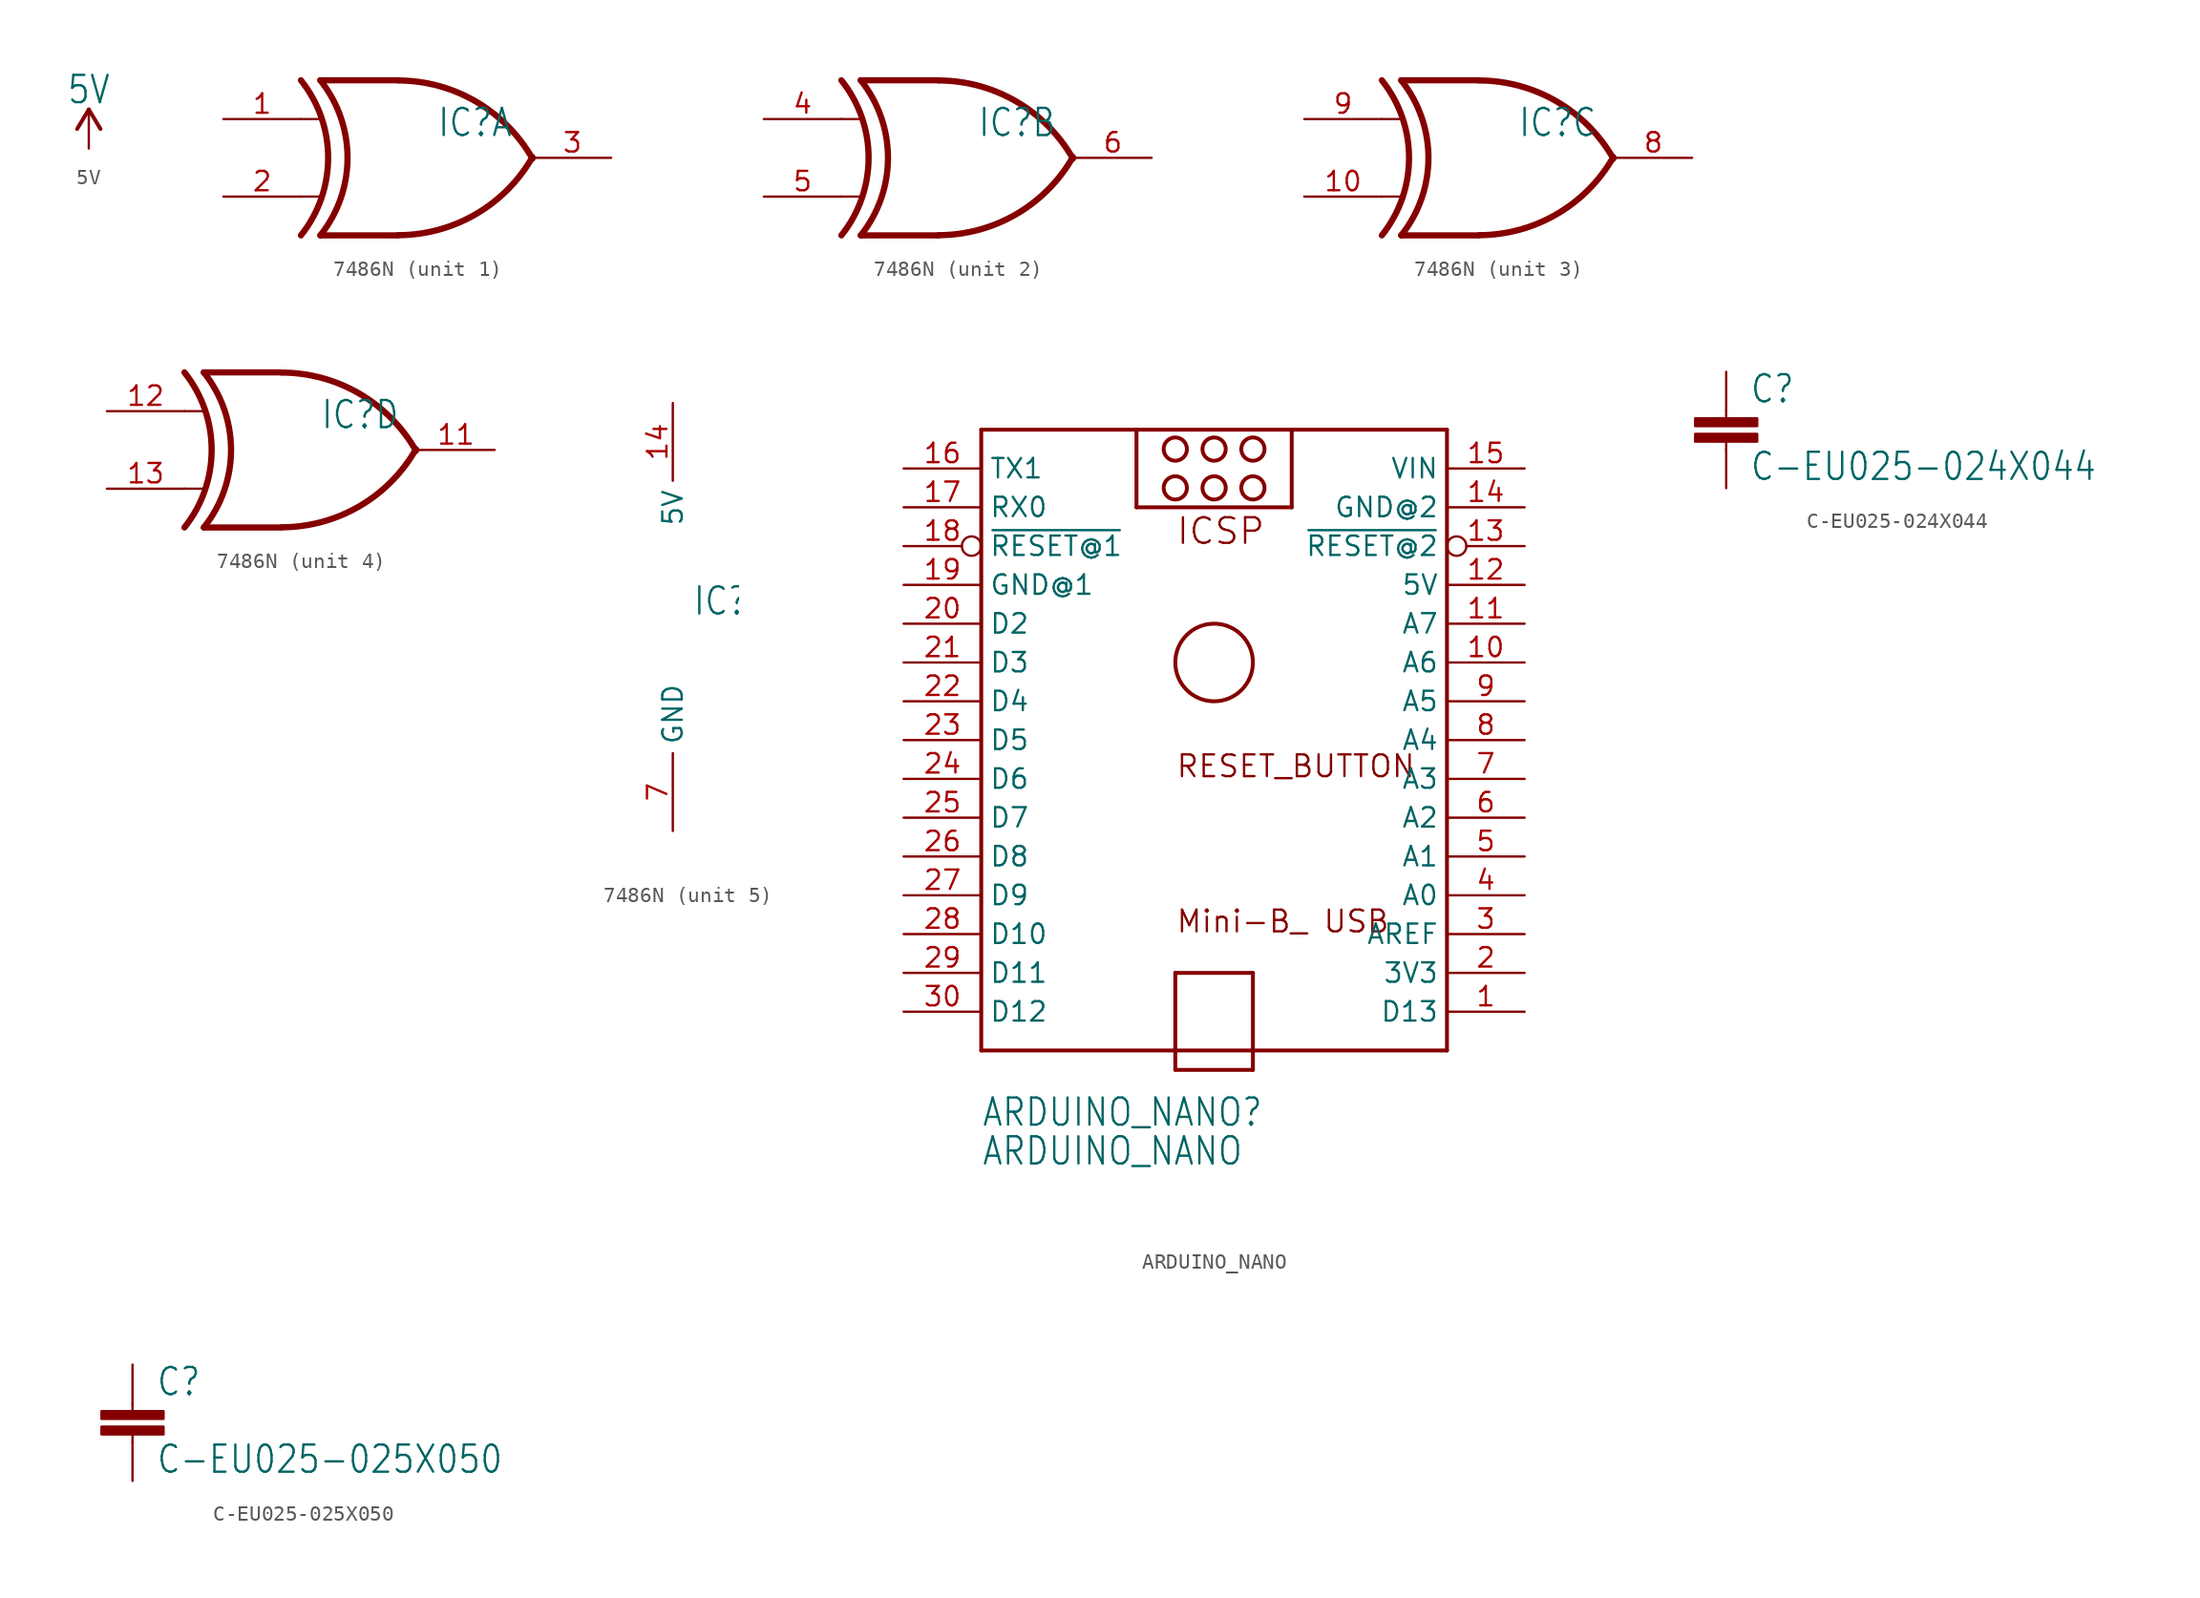
<source format=kicad_sym>
(kicad_symbol_lib
  (version 20211014)
  (generator kicad_symbol_editor)
  (symbol "5V"
    (power)
    (property "Reference" "#SUPPLY"
      (at 0 0 0)
      (effects (font (size 1.27 1.27)) hide))
    (property "Value" "5V"
      (at 0 2.794 0)
      (effects (font (size 1.778 1.511)) (justify bottom)))
    (property "ki_locked" ""
      (at 0 0 0)
      (effects (font (size 1.27 1.27))))
    (symbol "5V_1_0"
      (polyline (pts (xy 0 2.54) (xy -0.762 1.27)) (stroke (width 0.254) (type default) (color 0 0 0 0)) (fill (type none)))
      (polyline (pts (xy 0.762 1.27) (xy 0 2.54)) (stroke (width 0.254) (type default) (color 0 0 0 0)) (fill (type none)))
      (pin power_in line (at 0 0 90) (length 2.54) (name "5V" (effects (font (size 0 0)))) (number "1" (effects (font (size 0 0)))))))
  (symbol "7486N"
    (property "Reference" "IC"
      (at 1.27 1.27 0)
      (effects (font (size 1.778 1.511)) (justify left bottom)))
    (property "ki_locked" ""
      (at 0 0 0)
      (effects (font (size 1.27 1.27))))
    (symbol "7486N_1_0"
      (arc (start -7.62 -5.08) (mid -5.838 0) (end -7.62 5.08) (stroke (width 0.4064) (type default) (color 0 0 0 0)) (fill (type none)))
      (arc (start -6.35 -5.08) (mid -4.568 0) (end -6.35 5.08) (stroke (width 0.4064) (type default) (color 0 0 0 0)) (fill (type none)))
      (arc (start -1.2446 -5.0678) (mid 3.8372 -3.689) (end 7.5439 0.0507) (stroke (width 0.4064) (type default) (color 0 0 0 0)) (fill (type none)))
      (polyline (pts (xy -7.62 -2.54) (xy -6.35 -2.54)) (stroke (width 0.152) (type default) (color 0 0 0 0)) (fill (type none)))
      (polyline (pts (xy -7.62 2.54) (xy -6.35 2.54)) (stroke (width 0.152) (type default) (color 0 0 0 0)) (fill (type none)))
      (polyline (pts (xy -1.27 -5.08) (xy -6.35 -5.08)) (stroke (width 0.406) (type default) (color 0 0 0 0)) (fill (type none)))
      (polyline (pts (xy -1.27 5.08) (xy -6.35 5.08)) (stroke (width 0.406) (type default) (color 0 0 0 0)) (fill (type none)))
      (arc (start 7.5442 -0.0505) (mid 3.8373 3.6892) (end -1.2446 5.0678) (stroke (width 0.4064) (type default) (color 0 0 0 0)) (fill (type none)))
      (pin input line (at -12.7 2.54 0) (length 5.08) (name "I0" (effects (font (size 0 0)))) (number "1" (effects (font (size 1.27 1.27)))))
      (pin input line (at -12.7 -2.54 0) (length 5.08) (name "I1" (effects (font (size 0 0)))) (number "2" (effects (font (size 1.27 1.27)))))
      (pin output line (at 12.7 0 180) (length 5.08) (name "O" (effects (font (size 0 0)))) (number "3" (effects (font (size 1.27 1.27))))))
    (symbol "7486N_2_0"
      (arc (start -7.62 -5.08) (mid -5.838 0) (end -7.62 5.08) (stroke (width 0.4064) (type default) (color 0 0 0 0)) (fill (type none)))
      (arc (start -6.35 -5.08) (mid -4.568 0) (end -6.35 5.08) (stroke (width 0.4064) (type default) (color 0 0 0 0)) (fill (type none)))
      (arc (start -1.2446 -5.0678) (mid 3.8372 -3.689) (end 7.5439 0.0507) (stroke (width 0.4064) (type default) (color 0 0 0 0)) (fill (type none)))
      (polyline (pts (xy -7.62 -2.54) (xy -6.35 -2.54)) (stroke (width 0.152) (type default) (color 0 0 0 0)) (fill (type none)))
      (polyline (pts (xy -7.62 2.54) (xy -6.35 2.54)) (stroke (width 0.152) (type default) (color 0 0 0 0)) (fill (type none)))
      (polyline (pts (xy -1.27 -5.08) (xy -6.35 -5.08)) (stroke (width 0.406) (type default) (color 0 0 0 0)) (fill (type none)))
      (polyline (pts (xy -1.27 5.08) (xy -6.35 5.08)) (stroke (width 0.406) (type default) (color 0 0 0 0)) (fill (type none)))
      (arc (start 7.5442 -0.0505) (mid 3.8373 3.6892) (end -1.2446 5.0678) (stroke (width 0.4064) (type default) (color 0 0 0 0)) (fill (type none)))
      (pin input line (at -12.7 2.54 0) (length 5.08) (name "I0" (effects (font (size 0 0)))) (number "4" (effects (font (size 1.27 1.27)))))
      (pin input line (at -12.7 -2.54 0) (length 5.08) (name "I1" (effects (font (size 0 0)))) (number "5" (effects (font (size 1.27 1.27)))))
      (pin output line (at 12.7 0 180) (length 5.08) (name "O" (effects (font (size 0 0)))) (number "6" (effects (font (size 1.27 1.27))))))
    (symbol "7486N_3_0"
      (arc (start -7.62 -5.08) (mid -5.838 0) (end -7.62 5.08) (stroke (width 0.4064) (type default) (color 0 0 0 0)) (fill (type none)))
      (arc (start -6.35 -5.08) (mid -4.568 0) (end -6.35 5.08) (stroke (width 0.4064) (type default) (color 0 0 0 0)) (fill (type none)))
      (arc (start -1.2446 -5.0678) (mid 3.8372 -3.689) (end 7.5439 0.0507) (stroke (width 0.4064) (type default) (color 0 0 0 0)) (fill (type none)))
      (polyline (pts (xy -7.62 -2.54) (xy -6.35 -2.54)) (stroke (width 0.152) (type default) (color 0 0 0 0)) (fill (type none)))
      (polyline (pts (xy -7.62 2.54) (xy -6.35 2.54)) (stroke (width 0.152) (type default) (color 0 0 0 0)) (fill (type none)))
      (polyline (pts (xy -1.27 -5.08) (xy -6.35 -5.08)) (stroke (width 0.406) (type default) (color 0 0 0 0)) (fill (type none)))
      (polyline (pts (xy -1.27 5.08) (xy -6.35 5.08)) (stroke (width 0.406) (type default) (color 0 0 0 0)) (fill (type none)))
      (arc (start 7.5442 -0.0505) (mid 3.8373 3.6892) (end -1.2446 5.0678) (stroke (width 0.4064) (type default) (color 0 0 0 0)) (fill (type none)))
      (pin input line (at -12.7 -2.54 0) (length 5.08) (name "I1" (effects (font (size 0 0)))) (number "10" (effects (font (size 1.27 1.27)))))
      (pin output line (at 12.7 0 180) (length 5.08) (name "O" (effects (font (size 0 0)))) (number "8" (effects (font (size 1.27 1.27)))))
      (pin input line (at -12.7 2.54 0) (length 5.08) (name "I0" (effects (font (size 0 0)))) (number "9" (effects (font (size 1.27 1.27))))))
    (symbol "7486N_4_0"
      (arc (start -7.62 -5.08) (mid -5.838 0) (end -7.62 5.08) (stroke (width 0.4064) (type default) (color 0 0 0 0)) (fill (type none)))
      (arc (start -6.35 -5.08) (mid -4.568 0) (end -6.35 5.08) (stroke (width 0.4064) (type default) (color 0 0 0 0)) (fill (type none)))
      (arc (start -1.2446 -5.0678) (mid 3.8372 -3.689) (end 7.5439 0.0507) (stroke (width 0.4064) (type default) (color 0 0 0 0)) (fill (type none)))
      (polyline (pts (xy -7.62 -2.54) (xy -6.35 -2.54)) (stroke (width 0.152) (type default) (color 0 0 0 0)) (fill (type none)))
      (polyline (pts (xy -7.62 2.54) (xy -6.35 2.54)) (stroke (width 0.152) (type default) (color 0 0 0 0)) (fill (type none)))
      (polyline (pts (xy -1.27 -5.08) (xy -6.35 -5.08)) (stroke (width 0.406) (type default) (color 0 0 0 0)) (fill (type none)))
      (polyline (pts (xy -1.27 5.08) (xy -6.35 5.08)) (stroke (width 0.406) (type default) (color 0 0 0 0)) (fill (type none)))
      (arc (start 7.5442 -0.0505) (mid 3.8373 3.6892) (end -1.2446 5.0678) (stroke (width 0.4064) (type default) (color 0 0 0 0)) (fill (type none)))
      (pin output line (at 12.7 0 180) (length 5.08) (name "O" (effects (font (size 0 0)))) (number "11" (effects (font (size 1.27 1.27)))))
      (pin input line (at -12.7 2.54 0) (length 5.08) (name "I0" (effects (font (size 0 0)))) (number "12" (effects (font (size 1.27 1.27)))))
      (pin input line (at -12.7 -2.54 0) (length 5.08) (name "I1" (effects (font (size 0 0)))) (number "13" (effects (font (size 1.27 1.27))))))
    (symbol "7486N_5_0"
      (pin power_in line (at 0 15.24 270) (length 5.08) (name "5V" (effects (font (size 1.27 1.27)))) (number "14" (effects (font (size 1.27 1.27)))))
      (pin power_in line (at 0 -12.7 90) (length 5.08) (name "GND" (effects (font (size 1.27 1.27)))) (number "7" (effects (font (size 1.27 1.27)))))))
  (symbol "ARDUINO_NANO"
    (property "Reference" "ARDUINO_NANO"
      (at -15.24 -30.48 0)
      (effects (font (size 1.778 1.511)) (justify left bottom)))
    (property "Value" "ARDUINO_NANO"
      (at -15.24 -33.02 0)
      (effects (font (size 1.778 1.511)) (justify left bottom)))
    (property "ki_locked" ""
      (at 0 0 0)
      (effects (font (size 1.27 1.27))))
    (symbol "ARDUINO_NANO_1_0"
      (circle (center -2.54 11.43) (radius 0.762) (stroke (width 0.254) (type default) (color 0 0 0 0)) (fill (type none)))
      (circle (center -2.54 13.97) (radius 0.762) (stroke (width 0.254) (type default) (color 0 0 0 0)) (fill (type none)))
      (polyline (pts (xy -15.24 -25.4) (xy -15.24 15.24)) (stroke (width 0.254) (type default) (color 0 0 0 0)) (fill (type none)))
      (polyline (pts (xy -15.24 15.24) (xy -5.08 15.24)) (stroke (width 0.254) (type default) (color 0 0 0 0)) (fill (type none)))
      (polyline (pts (xy -5.08 10.16) (xy 5.08 10.16)) (stroke (width 0.254) (type default) (color 0 0 0 0)) (fill (type none)))
      (polyline (pts (xy -5.08 15.24) (xy -5.08 10.16)) (stroke (width 0.254) (type default) (color 0 0 0 0)) (fill (type none)))
      (polyline (pts (xy -5.08 15.24) (xy 5.08 15.24)) (stroke (width 0.254) (type default) (color 0 0 0 0)) (fill (type none)))
      (polyline (pts (xy -2.54 -26.67) (xy 2.54 -26.67)) (stroke (width 0.254) (type default) (color 0 0 0 0)) (fill (type none)))
      (polyline (pts (xy -2.54 -20.32) (xy -2.54 -26.67)) (stroke (width 0.254) (type default) (color 0 0 0 0)) (fill (type none)))
      (polyline (pts (xy 2.54 -26.67) (xy 2.54 -20.32)) (stroke (width 0.254) (type default) (color 0 0 0 0)) (fill (type none)))
      (polyline (pts (xy 2.54 -20.32) (xy -2.54 -20.32)) (stroke (width 0.254) (type default) (color 0 0 0 0)) (fill (type none)))
      (polyline (pts (xy 5.08 10.16) (xy 5.08 15.24)) (stroke (width 0.254) (type default) (color 0 0 0 0)) (fill (type none)))
      (polyline (pts (xy 5.08 15.24) (xy 15.24 15.24)) (stroke (width 0.254) (type default) (color 0 0 0 0)) (fill (type none)))
      (polyline (pts (xy 15.24 -25.4) (xy -15.24 -25.4)) (stroke (width 0.254) (type default) (color 0 0 0 0)) (fill (type none)))
      (polyline (pts (xy 15.24 15.24) (xy 15.24 -25.4)) (stroke (width 0.254) (type default) (color 0 0 0 0)) (fill (type none)))
      (circle (center 0 0) (radius 2.54) (stroke (width 0.254) (type default) (color 0 0 0 0)) (fill (type none)))
      (circle (center 0 11.43) (radius 0.762) (stroke (width 0.254) (type default) (color 0 0 0 0)) (fill (type none)))
      (circle (center 0 13.97) (radius 0.762) (stroke (width 0.254) (type default) (color 0 0 0 0)) (fill (type none)))
      (circle (center 2.54 11.43) (radius 0.762) (stroke (width 0.254) (type default) (color 0 0 0 0)) (fill (type none)))
      (circle (center 2.54 13.97) (radius 0.762) (stroke (width 0.254) (type default) (color 0 0 0 0)) (fill (type none)))
      (text "ICSP" (at -2.54 7.62 0) (effects (font (size 1.676 1.676)) (justify left bottom)))
      (text "Mini-B_ USB" (at -2.54 -17.78 0) (effects (font (size 1.422 1.422)) (justify left bottom)))
      (text "RESET_BUTTON" (at -2.54 -7.62 0) (effects (font (size 1.422 1.422)) (justify left bottom)))
      (pin bidirectional line (at 20.32 -22.86 180) (length 5.08) (name "D13" (effects (font (size 1.27 1.27)))) (number "1" (effects (font (size 1.27 1.27)))))
      (pin bidirectional line (at 20.32 0 180) (length 5.08) (name "A6" (effects (font (size 1.27 1.27)))) (number "10" (effects (font (size 1.27 1.27)))))
      (pin bidirectional line (at 20.32 2.54 180) (length 5.08) (name "A7" (effects (font (size 1.27 1.27)))) (number "11" (effects (font (size 1.27 1.27)))))
      (pin power_in line (at 20.32 5.08 180) (length 5.08) (name "5V" (effects (font (size 1.27 1.27)))) (number "12" (effects (font (size 1.27 1.27)))))
      (pin input inverted (at 20.32 7.62 180) (length 5.08) (name "~{RESET@2}" (effects (font (size 1.27 1.27)))) (number "13" (effects (font (size 1.27 1.27)))))
      (pin power_in line (at 20.32 10.16 180) (length 5.08) (name "GND@2" (effects (font (size 1.27 1.27)))) (number "14" (effects (font (size 1.27 1.27)))))
      (pin power_in line (at 20.32 12.7 180) (length 5.08) (name "VIN" (effects (font (size 1.27 1.27)))) (number "15" (effects (font (size 1.27 1.27)))))
      (pin bidirectional line (at -20.32 12.7 0) (length 5.08) (name "TX1" (effects (font (size 1.27 1.27)))) (number "16" (effects (font (size 1.27 1.27)))))
      (pin bidirectional line (at -20.32 10.16 0) (length 5.08) (name "RX0" (effects (font (size 1.27 1.27)))) (number "17" (effects (font (size 1.27 1.27)))))
      (pin input inverted (at -20.32 7.62 0) (length 5.08) (name "~{RESET@1}" (effects (font (size 1.27 1.27)))) (number "18" (effects (font (size 1.27 1.27)))))
      (pin power_in line (at -20.32 5.08 0) (length 5.08) (name "GND@1" (effects (font (size 1.27 1.27)))) (number "19" (effects (font (size 1.27 1.27)))))
      (pin output line (at 20.32 -20.32 180) (length 5.08) (name "3V3" (effects (font (size 1.27 1.27)))) (number "2" (effects (font (size 1.27 1.27)))))
      (pin bidirectional line (at -20.32 2.54 0) (length 5.08) (name "D2" (effects (font (size 1.27 1.27)))) (number "20" (effects (font (size 1.27 1.27)))))
      (pin bidirectional line (at -20.32 0 0) (length 5.08) (name "D3" (effects (font (size 1.27 1.27)))) (number "21" (effects (font (size 1.27 1.27)))))
      (pin bidirectional line (at -20.32 -2.54 0) (length 5.08) (name "D4" (effects (font (size 1.27 1.27)))) (number "22" (effects (font (size 1.27 1.27)))))
      (pin bidirectional line (at -20.32 -5.08 0) (length 5.08) (name "D5" (effects (font (size 1.27 1.27)))) (number "23" (effects (font (size 1.27 1.27)))))
      (pin bidirectional line (at -20.32 -7.62 0) (length 5.08) (name "D6" (effects (font (size 1.27 1.27)))) (number "24" (effects (font (size 1.27 1.27)))))
      (pin bidirectional line (at -20.32 -10.16 0) (length 5.08) (name "D7" (effects (font (size 1.27 1.27)))) (number "25" (effects (font (size 1.27 1.27)))))
      (pin bidirectional line (at -20.32 -12.7 0) (length 5.08) (name "D8" (effects (font (size 1.27 1.27)))) (number "26" (effects (font (size 1.27 1.27)))))
      (pin bidirectional line (at -20.32 -15.24 0) (length 5.08) (name "D9" (effects (font (size 1.27 1.27)))) (number "27" (effects (font (size 1.27 1.27)))))
      (pin bidirectional line (at -20.32 -17.78 0) (length 5.08) (name "D10" (effects (font (size 1.27 1.27)))) (number "28" (effects (font (size 1.27 1.27)))))
      (pin bidirectional line (at -20.32 -20.32 0) (length 5.08) (name "D11" (effects (font (size 1.27 1.27)))) (number "29" (effects (font (size 1.27 1.27)))))
      (pin input line (at 20.32 -17.78 180) (length 5.08) (name "AREF" (effects (font (size 1.27 1.27)))) (number "3" (effects (font (size 1.27 1.27)))))
      (pin bidirectional line (at -20.32 -22.86 0) (length 5.08) (name "D12" (effects (font (size 1.27 1.27)))) (number "30" (effects (font (size 1.27 1.27)))))
      (pin bidirectional line (at 20.32 -15.24 180) (length 5.08) (name "A0" (effects (font (size 1.27 1.27)))) (number "4" (effects (font (size 1.27 1.27)))))
      (pin bidirectional line (at 20.32 -12.7 180) (length 5.08) (name "A1" (effects (font (size 1.27 1.27)))) (number "5" (effects (font (size 1.27 1.27)))))
      (pin bidirectional line (at 20.32 -10.16 180) (length 5.08) (name "A2" (effects (font (size 1.27 1.27)))) (number "6" (effects (font (size 1.27 1.27)))))
      (pin bidirectional line (at 20.32 -7.62 180) (length 5.08) (name "A3" (effects (font (size 1.27 1.27)))) (number "7" (effects (font (size 1.27 1.27)))))
      (pin bidirectional line (at 20.32 -5.08 180) (length 5.08) (name "A4" (effects (font (size 1.27 1.27)))) (number "8" (effects (font (size 1.27 1.27)))))
      (pin bidirectional line (at 20.32 -2.54 180) (length 5.08) (name "A5" (effects (font (size 1.27 1.27)))) (number "9" (effects (font (size 1.27 1.27)))))))
  (symbol "C-EU025-024X044"
    (property "Reference" "C"
      (at 1.524 0.381 0)
      (effects (font (size 1.778 1.511)) (justify left bottom)))
    (property "Value" "C-EU025-024X044"
      (at 1.524 -4.699 0)
      (effects (font (size 1.778 1.511)) (justify left bottom)))
    (property "ki_locked" ""
      (at 0 0 0)
      (effects (font (size 1.27 1.27))))
    (symbol "C-EU025-024X044_1_0"
      (rectangle (start -2.032 -2.032) (end 2.032 -1.524) (stroke (width 0) (type default) (color 0 0 0 0)) (fill (type outline)))
      (rectangle (start -2.032 -1.016) (end 2.032 -0.508) (stroke (width 0) (type default) (color 0 0 0 0)) (fill (type outline)))
      (polyline (pts (xy 0 -2.54) (xy 0 -2.032)) (stroke (width 0.152) (type default) (color 0 0 0 0)) (fill (type none)))
      (polyline (pts (xy 0 0) (xy 0 -0.508)) (stroke (width 0.152) (type default) (color 0 0 0 0)) (fill (type none)))
      (pin passive line (at 0 2.54 270) (length 2.54) (name "1" (effects (font (size 0 0)))) (number "1" (effects (font (size 0 0)))))
      (pin passive line (at 0 -5.08 90) (length 2.54) (name "2" (effects (font (size 0 0)))) (number "2" (effects (font (size 0 0)))))))
  (symbol "C-EU025-025X050"
    (property "Reference" "C"
      (at 1.524 0.381 0)
      (effects (font (size 1.778 1.511)) (justify left bottom)))
    (property "Value" "C-EU025-025X050"
      (at 1.524 -4.699 0)
      (effects (font (size 1.778 1.511)) (justify left bottom)))
    (property "ki_locked" ""
      (at 0 0 0)
      (effects (font (size 1.27 1.27))))
    (symbol "C-EU025-025X050_1_0"
      (rectangle (start -2.032 -2.032) (end 2.032 -1.524) (stroke (width 0) (type default) (color 0 0 0 0)) (fill (type outline)))
      (rectangle (start -2.032 -1.016) (end 2.032 -0.508) (stroke (width 0) (type default) (color 0 0 0 0)) (fill (type outline)))
      (polyline (pts (xy 0 -2.54) (xy 0 -2.032)) (stroke (width 0.152) (type default) (color 0 0 0 0)) (fill (type none)))
      (polyline (pts (xy 0 0) (xy 0 -0.508)) (stroke (width 0.152) (type default) (color 0 0 0 0)) (fill (type none)))
      (pin passive line (at 0 2.54 270) (length 2.54) (name "1" (effects (font (size 0 0)))) (number "1" (effects (font (size 0 0)))))
      (pin passive line (at 0 -5.08 90) (length 2.54) (name "2" (effects (font (size 0 0)))) (number "2" (effects (font (size 0 0))))))))
</source>
